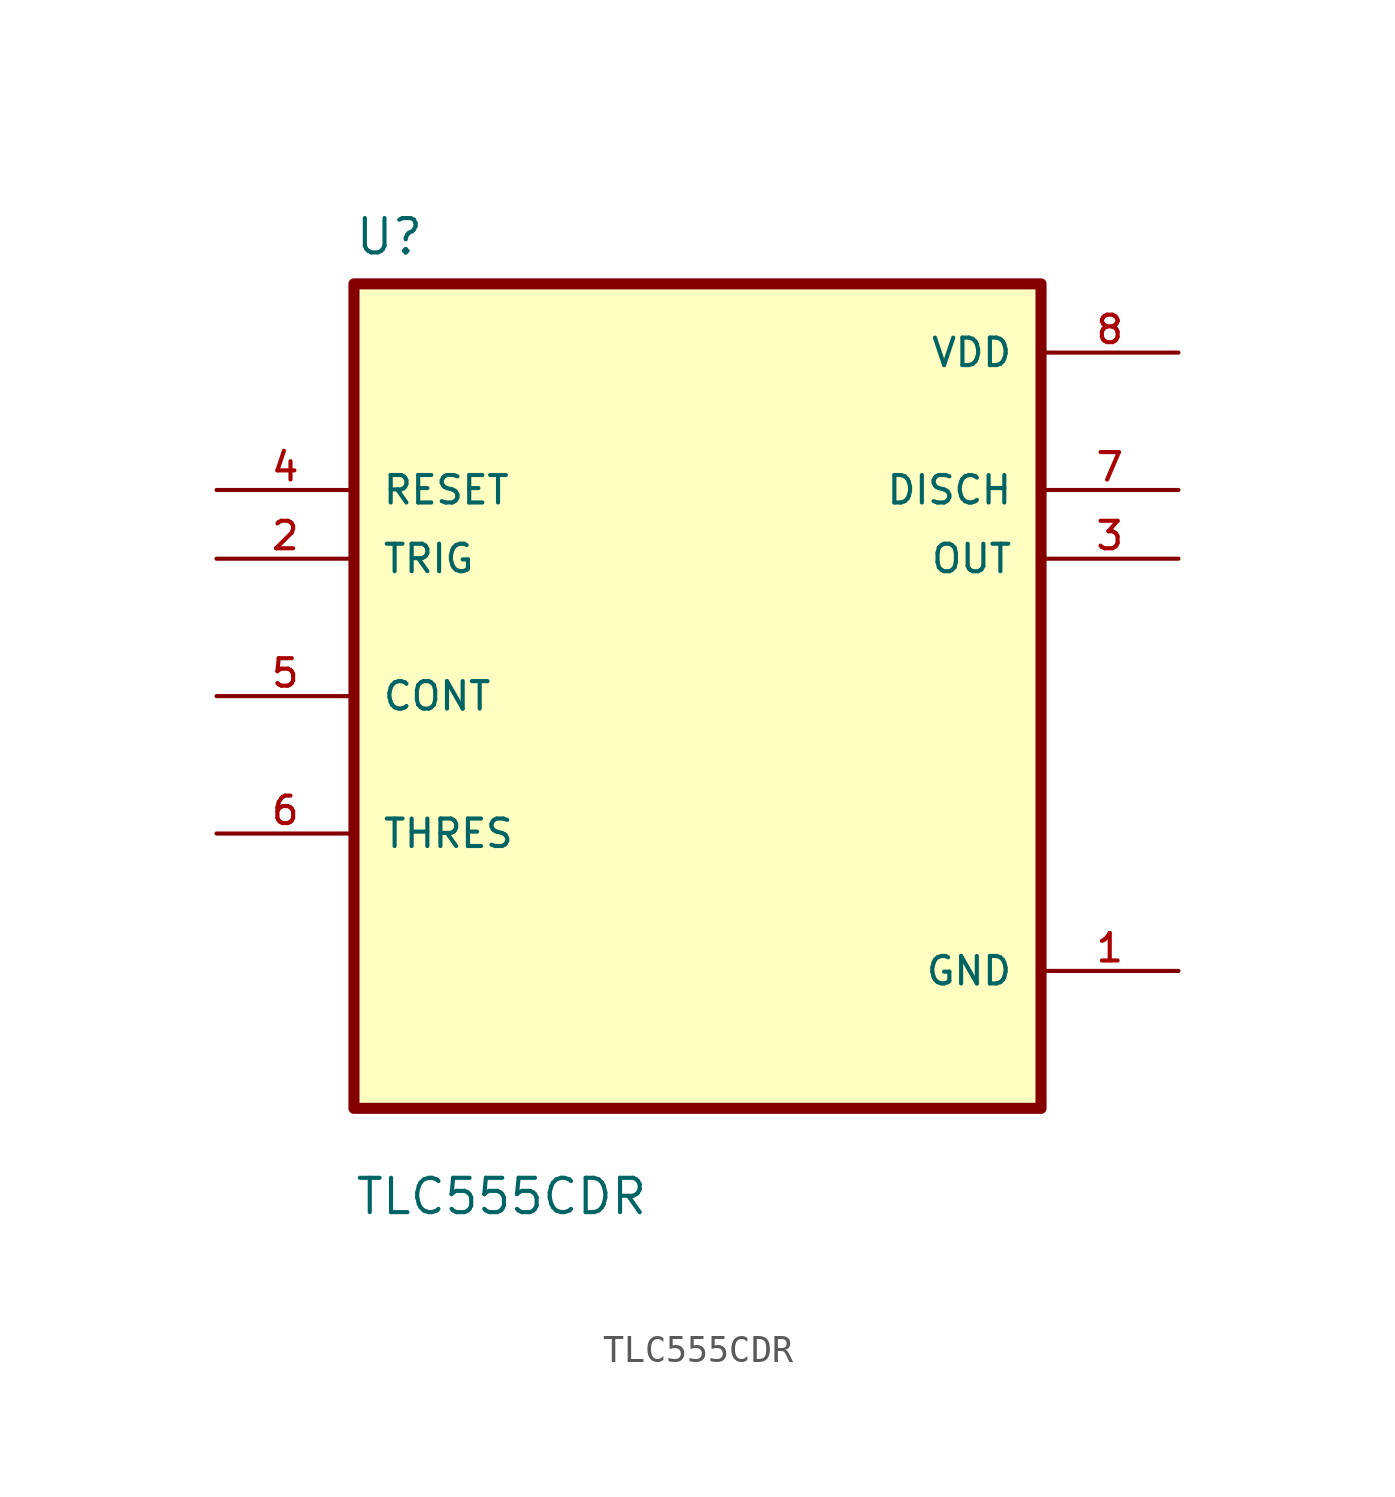
<source format=kicad_sym>
(kicad_symbol_lib
  (version 20211014)
  (generator kicad_symbol_editor)
  (symbol "TLC555CDR"
    (pin_names
      (offset 1.016))
    (property "Reference" "U"
      (at -12.7 16.24 0.0)
      (effects (font (size 1.27 1.27)) (justify bottom left)))
    (property "Value" "TLC555CDR"
      (at -12.7 -19.24 0.0)
      (effects (font (size 1.27 1.27)) (justify bottom left)))
    (symbol "TLC555CDR_0_0"
      (rectangle (start -12.7 -15.24) (end 12.7 15.24) (stroke (width 0.41)) (fill (type background)))
      (pin input line (at -17.78 7.62 0) (length 5.08) (name "RESET" (effects (font (size 1.016 1.016)))) (number "4" (effects (font (size 1.016 1.016)))))
      (pin input line (at -17.78 5.08 0) (length 5.08) (name "TRIG" (effects (font (size 1.016 1.016)))) (number "2" (effects (font (size 1.016 1.016)))))
      (pin bidirectional line (at -17.78 0.0 0) (length 5.08) (name "CONT" (effects (font (size 1.016 1.016)))) (number "5" (effects (font (size 1.016 1.016)))))
      (pin bidirectional line (at -17.78 -5.08 0) (length 5.08) (name "THRES" (effects (font (size 1.016 1.016)))) (number "6" (effects (font (size 1.016 1.016)))))
      (pin power_in line (at 17.78 12.7 180.0) (length 5.08) (name "VDD" (effects (font (size 1.016 1.016)))) (number "8" (effects (font (size 1.016 1.016)))))
      (pin output line (at 17.78 7.62 180.0) (length 5.08) (name "DISCH" (effects (font (size 1.016 1.016)))) (number "7" (effects (font (size 1.016 1.016)))))
      (pin output line (at 17.78 5.08 180.0) (length 5.08) (name "OUT" (effects (font (size 1.016 1.016)))) (number "3" (effects (font (size 1.016 1.016)))))
      (pin power_in line (at 17.78 -10.16 180.0) (length 5.08) (name "GND" (effects (font (size 1.016 1.016)))) (number "1" (effects (font (size 1.016 1.016))))))))
</source>
